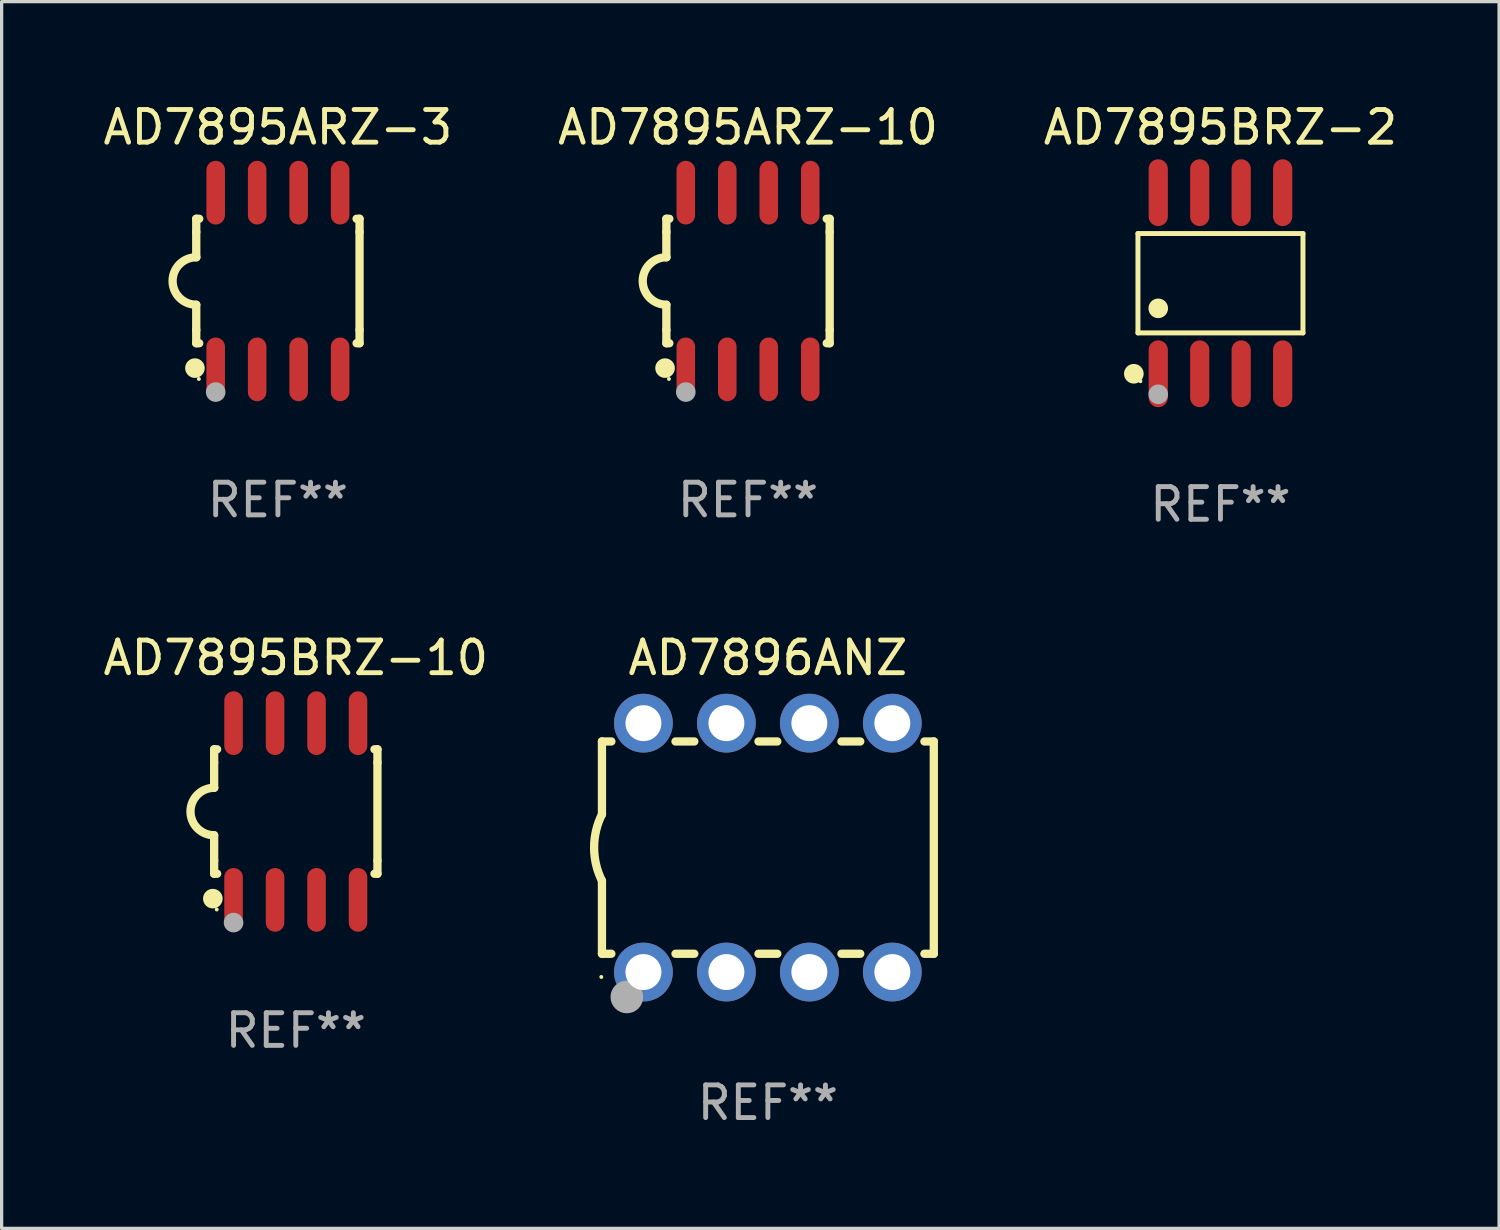
<source format=kicad_pcb>
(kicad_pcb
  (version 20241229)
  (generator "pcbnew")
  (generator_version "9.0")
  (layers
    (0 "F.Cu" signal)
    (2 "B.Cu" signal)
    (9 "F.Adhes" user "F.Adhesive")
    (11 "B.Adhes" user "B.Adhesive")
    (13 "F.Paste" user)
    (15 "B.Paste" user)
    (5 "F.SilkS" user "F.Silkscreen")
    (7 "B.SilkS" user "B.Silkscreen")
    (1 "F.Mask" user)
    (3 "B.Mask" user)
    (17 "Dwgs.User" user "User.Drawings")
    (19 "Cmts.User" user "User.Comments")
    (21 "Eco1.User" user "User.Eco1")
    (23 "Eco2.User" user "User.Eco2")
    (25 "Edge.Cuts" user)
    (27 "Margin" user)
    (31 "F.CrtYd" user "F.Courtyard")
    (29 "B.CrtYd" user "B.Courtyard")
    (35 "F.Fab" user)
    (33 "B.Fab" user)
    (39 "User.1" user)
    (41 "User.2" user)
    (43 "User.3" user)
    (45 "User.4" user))
  (footprint "AD7895BRZ-10"
    (layer "F.Cu")
    (at 6.006 21.795)
    (property "Reference" "AD7895BRZ-10" (at 0 -4.705 0) (layer "F.SilkS") (effects (font (size 1 1) (thickness 0.15))))
    (attr through_hole)
    (fp_line (start -2.5 -1.905) (end -2.409 -1.905) (stroke (width 0.254) (type solid)) (layer "F.SilkS"))
    (fp_line (start -2.5 -1.5) (end -2.5 -1.905) (stroke (width 0.254) (type solid)) (layer "F.SilkS"))
    (fp_line (start -2.5 -1.5) (end -2.5 -0.726) (stroke (width 0.254) (type solid)) (layer "F.SilkS"))
    (fp_line (start -2.5 1.5) (end -2.5 0.727) (stroke (width 0.254) (type solid)) (layer "F.SilkS"))
    (fp_line (start -2.5 1.5) (end -2.5 1.905) (stroke (width 0.254) (type solid)) (layer "F.SilkS"))
    (fp_line (start -2.5 1.905) (end -2.409 1.905) (stroke (width 0.254) (type solid)) (layer "F.SilkS"))
    (fp_line (start 2.5 -1.905) (end 2.409 -1.905) (stroke (width 0.254) (type solid)) (layer "F.SilkS"))
    (fp_line (start 2.5 -1.5) (end 2.5 -1.905) (stroke (width 0.254) (type solid)) (layer "F.SilkS"))
    (fp_line (start 2.5 -1.5) (end 2.5 1.5) (stroke (width 0.254) (type solid)) (layer "F.SilkS"))
    (fp_line (start 2.5 1.5) (end 2.5 1.905) (stroke (width 0.254) (type solid)) (layer "F.SilkS"))
    (fp_line (start 2.5 1.905) (end 2.409 1.905) (stroke (width 0.254) (type solid)) (layer "F.SilkS"))
    (fp_arc (start -2.5 0.726568) (mid -3.220316 -0.0023) (end -2.495097 -0.726289) (stroke (width 0.254001) (type solid)) (layer "F.SilkS"))
    (fp_circle (center -2.54 2.667) (end -2.39 2.667) (stroke (width 0.3) (type solid)) (fill no) (layer "F.SilkS"))
    (fp_circle (center -2.42 3) (end -2.39 3) (stroke (width 0.06) (type solid)) (fill no) (layer "F.SilkS"))
    (fp_circle (center -1.905 3.4) (end -1.755 3.4) (stroke (width 0.3) (type solid)) (fill no) (layer "F.Fab"))
    (fp_text user "REF**" (at 0 6.705 0) (layer "F.Fab") (effects (font (size 1 1) (thickness 0.15))))
    (pad "1" smd oval (at -1.905 2.705) (size 0.568 1.95) (layers "F.Cu" "F.Mask" "F.Paste"))
    (pad "2" smd oval (at -0.635 2.705) (size 0.568 1.95) (layers "F.Cu" "F.Mask" "F.Paste"))
    (pad "3" smd oval (at 0.635 2.705) (size 0.568 1.95) (layers "F.Cu" "F.Mask" "F.Paste"))
    (pad "4" smd oval (at 1.905 2.705) (size 0.568 1.95) (layers "F.Cu" "F.Mask" "F.Paste"))
    (pad "5" smd oval (at 1.905 -2.705) (size 0.568 1.95) (layers "F.Cu" "F.Mask" "F.Paste"))
    (pad "6" smd oval (at 0.635 -2.705) (size 0.568 1.95) (layers "F.Cu" "F.Mask" "F.Paste"))
    (pad "7" smd oval (at -0.635 -2.705) (size 0.568 1.95) (layers "F.Cu" "F.Mask" "F.Paste"))
    (pad "8" smd oval (at -1.905 -2.705) (size 0.568 1.95) (layers "F.Cu" "F.Mask" "F.Paste")))
  (footprint "AD7895BRZ-2"
    (layer "F.Cu")
    (at 34.315 5.621)
    (property "Reference" "AD7895BRZ-2" (at 0 -4.772 0) (layer "F.SilkS") (effects (font (size 1 1) (thickness 0.15))))
    (attr through_hole)
    (fp_line (start -2.526 -1.521) (end 2.526 -1.521) (stroke (width 0.152) (type solid)) (layer "F.SilkS"))
    (fp_line (start -2.526 1.521) (end -2.526 -1.521) (stroke (width 0.152) (type solid)) (layer "F.SilkS"))
    (fp_line (start 2.526 -1.521) (end 2.526 1.521) (stroke (width 0.152) (type solid)) (layer "F.SilkS"))
    (fp_line (start 2.526 1.521) (end -2.526 1.521) (stroke (width 0.152) (type solid)) (layer "F.SilkS"))
    (fp_circle (center -2.652 2.772) (end -2.501 2.772) (stroke (width 0.3) (type solid)) (fill no) (layer "F.SilkS"))
    (fp_circle (center -2.45 3) (end -2.42 3) (stroke (width 0.06) (type solid)) (fill no) (layer "F.SilkS"))
    (fp_circle (center -1.905 0.769) (end -1.755 0.769) (stroke (width 0.3) (type solid)) (fill no) (layer "F.SilkS"))
    (fp_circle (center -1.905 3.4) (end -1.755 3.4) (stroke (width 0.3) (type solid)) (fill no) (layer "F.Fab"))
    (fp_text user "REF**" (at 0 6.772 0) (layer "F.Fab") (effects (font (size 1 1) (thickness 0.15))))
    (pad "1" smd oval (at -1.905 2.772) (size 0.588 2.045) (layers "F.Cu" "F.Mask" "F.Paste"))
    (pad "2" smd oval (at -0.635 2.772) (size 0.588 2.045) (layers "F.Cu" "F.Mask" "F.Paste"))
    (pad "3" smd oval (at 0.635 2.772) (size 0.588 2.045) (layers "F.Cu" "F.Mask" "F.Paste"))
    (pad "4" smd oval (at 1.905 2.772) (size 0.588 2.045) (layers "F.Cu" "F.Mask" "F.Paste"))
    (pad "5" smd oval (at 1.905 -2.772) (size 0.588 2.045) (layers "F.Cu" "F.Mask" "F.Paste"))
    (pad "6" smd oval (at 0.635 -2.772) (size 0.588 2.045) (layers "F.Cu" "F.Mask" "F.Paste"))
    (pad "7" smd oval (at -0.635 -2.772) (size 0.588 2.045) (layers "F.Cu" "F.Mask" "F.Paste"))
    (pad "8" smd oval (at -1.905 -2.772) (size 0.588 2.045) (layers "F.Cu" "F.Mask" "F.Paste")))
  (footprint "AD7896ANZ"
    (layer "F.Cu")
    (at 20.459 22.9)
    (property "Reference" "AD7896ANZ" (at 0 -5.81 0) (layer "F.SilkS") (effects (font (size 1 1) (thickness 0.15))))
    (attr through_hole)
    (fp_line (start -5.08 -3.25) (end -5.08 -1.017) (stroke (width 0.254) (type solid)) (layer "F.SilkS"))
    (fp_line (start -5.08 -3.25) (end -4.792 -3.25) (stroke (width 0.254) (type solid)) (layer "F.SilkS"))
    (fp_line (start -5.08 3.25) (end -5.08 1.015) (stroke (width 0.254) (type solid)) (layer "F.SilkS"))
    (fp_line (start -5.08 3.25) (end -4.792 3.25) (stroke (width 0.254) (type solid)) (layer "F.SilkS"))
    (fp_line (start -2.828 -3.25) (end -2.252 -3.25) (stroke (width 0.254) (type solid)) (layer "F.SilkS"))
    (fp_line (start -2.828 3.25) (end -2.252 3.25) (stroke (width 0.254) (type solid)) (layer "F.SilkS"))
    (fp_line (start -0.288 -3.25) (end 0.288 -3.25) (stroke (width 0.254) (type solid)) (layer "F.SilkS"))
    (fp_line (start -0.288 3.25) (end 0.288 3.25) (stroke (width 0.254) (type solid)) (layer "F.SilkS"))
    (fp_line (start 2.252 -3.25) (end 2.828 -3.25) (stroke (width 0.254) (type solid)) (layer "F.SilkS"))
    (fp_line (start 2.252 3.25) (end 2.828 3.25) (stroke (width 0.254) (type solid)) (layer "F.SilkS"))
    (fp_line (start 4.792 -3.25) (end 5.08 -3.25) (stroke (width 0.254) (type solid)) (layer "F.SilkS"))
    (fp_line (start 4.792 3.25) (end 5.08 3.25) (stroke (width 0.254) (type solid)) (layer "F.SilkS"))
    (fp_line (start 5.08 -3.25) (end 5.08 3.25) (stroke (width 0.254) (type solid)) (layer "F.SilkS"))
    (fp_arc (start -5.08001 1.01524) (mid -5.319856 -0.000762) (end -5.08001 -1.016764) (stroke (width 0.254001) (type solid)) (layer "F.SilkS"))
    (fp_circle (center -5.1 3.96) (end -5.07 3.96) (stroke (width 0.06) (type solid)) (fill no) (layer "F.SilkS"))
    (fp_circle (center -4.318 4.572) (end -4.068 4.572) (stroke (width 0.5) (type solid)) (fill no) (layer "F.Fab"))
    (fp_text user "REF**" (at 0 7.81 0) (layer "F.Fab") (effects (font (size 1 1) (thickness 0.15))))
    (pad "1" thru_hole circle (at -3.81 3.81) (size 1.8 1.8) (drill 1.1) (layers "*.Cu" "*.Mask"))
    (pad "2" thru_hole circle (at -1.27 3.81) (size 1.8 1.8) (drill 1.1) (layers "*.Cu" "*.Mask"))
    (pad "3" thru_hole circle (at 1.27 3.81) (size 1.8 1.8) (drill 1.1) (layers "*.Cu" "*.Mask"))
    (pad "4" thru_hole circle (at 3.81 3.81) (size 1.8 1.8) (drill 1.1) (layers "*.Cu" "*.Mask"))
    (pad "5" thru_hole circle (at 3.81 -3.81) (size 1.8 1.8) (drill 1.1) (layers "*.Cu" "*.Mask"))
    (pad "6" thru_hole circle (at 1.27 -3.81) (size 1.8 1.8) (drill 1.1) (layers "*.Cu" "*.Mask"))
    (pad "7" thru_hole circle (at -1.27 -3.81) (size 1.8 1.8) (drill 1.1) (layers "*.Cu" "*.Mask"))
    (pad "8" thru_hole circle (at -3.81 -3.81) (size 1.8 1.8) (drill 1.1) (layers "*.Cu" "*.Mask")))
  (footprint "AD7895ARZ-10"
    (layer "F.Cu")
    (at 19.851 5.553)
    (property "Reference" "AD7895ARZ-10" (at 0 -4.705 0) (layer "F.SilkS") (effects (font (size 1 1) (thickness 0.15))))
    (attr through_hole)
    (fp_line (start -2.5 -1.905) (end -2.409 -1.905) (stroke (width 0.254) (type solid)) (layer "F.SilkS"))
    (fp_line (start -2.5 -1.5) (end -2.5 -1.905) (stroke (width 0.254) (type solid)) (layer "F.SilkS"))
    (fp_line (start -2.5 -1.5) (end -2.5 -0.726) (stroke (width 0.254) (type solid)) (layer "F.SilkS"))
    (fp_line (start -2.5 1.5) (end -2.5 0.727) (stroke (width 0.254) (type solid)) (layer "F.SilkS"))
    (fp_line (start -2.5 1.5) (end -2.5 1.905) (stroke (width 0.254) (type solid)) (layer "F.SilkS"))
    (fp_line (start -2.5 1.905) (end -2.409 1.905) (stroke (width 0.254) (type solid)) (layer "F.SilkS"))
    (fp_line (start 2.5 -1.905) (end 2.409 -1.905) (stroke (width 0.254) (type solid)) (layer "F.SilkS"))
    (fp_line (start 2.5 -1.5) (end 2.5 -1.905) (stroke (width 0.254) (type solid)) (layer "F.SilkS"))
    (fp_line (start 2.5 -1.5) (end 2.5 1.5) (stroke (width 0.254) (type solid)) (layer "F.SilkS"))
    (fp_line (start 2.5 1.5) (end 2.5 1.905) (stroke (width 0.254) (type solid)) (layer "F.SilkS"))
    (fp_line (start 2.5 1.905) (end 2.409 1.905) (stroke (width 0.254) (type solid)) (layer "F.SilkS"))
    (fp_arc (start -2.5 0.726568) (mid -3.220316 -0.0023) (end -2.495097 -0.726289) (stroke (width 0.254001) (type solid)) (layer "F.SilkS"))
    (fp_circle (center -2.54 2.667) (end -2.39 2.667) (stroke (width 0.3) (type solid)) (fill no) (layer "F.SilkS"))
    (fp_circle (center -2.42 3) (end -2.39 3) (stroke (width 0.06) (type solid)) (fill no) (layer "F.SilkS"))
    (fp_circle (center -1.905 3.4) (end -1.755 3.4) (stroke (width 0.3) (type solid)) (fill no) (layer "F.Fab"))
    (fp_text user "REF**" (at 0 6.705 0) (layer "F.Fab") (effects (font (size 1 1) (thickness 0.15))))
    (pad "1" smd oval (at -1.905 2.705) (size 0.568 1.95) (layers "F.Cu" "F.Mask" "F.Paste"))
    (pad "2" smd oval (at -0.635 2.705) (size 0.568 1.95) (layers "F.Cu" "F.Mask" "F.Paste"))
    (pad "3" smd oval (at 0.635 2.705) (size 0.568 1.95) (layers "F.Cu" "F.Mask" "F.Paste"))
    (pad "4" smd oval (at 1.905 2.705) (size 0.568 1.95) (layers "F.Cu" "F.Mask" "F.Paste"))
    (pad "5" smd oval (at 1.905 -2.705) (size 0.568 1.95) (layers "F.Cu" "F.Mask" "F.Paste"))
    (pad "6" smd oval (at 0.635 -2.705) (size 0.568 1.95) (layers "F.Cu" "F.Mask" "F.Paste"))
    (pad "7" smd oval (at -0.635 -2.705) (size 0.568 1.95) (layers "F.Cu" "F.Mask" "F.Paste"))
    (pad "8" smd oval (at -1.905 -2.705) (size 0.568 1.95) (layers "F.Cu" "F.Mask" "F.Paste")))
  (footprint "AD7895ARZ-3"
    (layer "F.Cu")
    (at 5.458 5.553)
    (property "Reference" "AD7895ARZ-3" (at 0 -4.705 0) (layer "F.SilkS") (effects (font (size 1 1) (thickness 0.15))))
    (attr through_hole)
    (fp_line (start -2.5 -1.905) (end -2.409 -1.905) (stroke (width 0.254) (type solid)) (layer "F.SilkS"))
    (fp_line (start -2.5 -1.5) (end -2.5 -1.905) (stroke (width 0.254) (type solid)) (layer "F.SilkS"))
    (fp_line (start -2.5 -1.5) (end -2.5 -0.726) (stroke (width 0.254) (type solid)) (layer "F.SilkS"))
    (fp_line (start -2.5 1.5) (end -2.5 0.727) (stroke (width 0.254) (type solid)) (layer "F.SilkS"))
    (fp_line (start -2.5 1.5) (end -2.5 1.905) (stroke (width 0.254) (type solid)) (layer "F.SilkS"))
    (fp_line (start -2.5 1.905) (end -2.409 1.905) (stroke (width 0.254) (type solid)) (layer "F.SilkS"))
    (fp_line (start 2.5 -1.905) (end 2.409 -1.905) (stroke (width 0.254) (type solid)) (layer "F.SilkS"))
    (fp_line (start 2.5 -1.5) (end 2.5 -1.905) (stroke (width 0.254) (type solid)) (layer "F.SilkS"))
    (fp_line (start 2.5 -1.5) (end 2.5 1.5) (stroke (width 0.254) (type solid)) (layer "F.SilkS"))
    (fp_line (start 2.5 1.5) (end 2.5 1.905) (stroke (width 0.254) (type solid)) (layer "F.SilkS"))
    (fp_line (start 2.5 1.905) (end 2.409 1.905) (stroke (width 0.254) (type solid)) (layer "F.SilkS"))
    (fp_arc (start -2.5 0.726568) (mid -3.220316 -0.0023) (end -2.495097 -0.726289) (stroke (width 0.254001) (type solid)) (layer "F.SilkS"))
    (fp_circle (center -2.54 2.667) (end -2.39 2.667) (stroke (width 0.3) (type solid)) (fill no) (layer "F.SilkS"))
    (fp_circle (center -2.42 3) (end -2.39 3) (stroke (width 0.06) (type solid)) (fill no) (layer "F.SilkS"))
    (fp_circle (center -1.905 3.4) (end -1.755 3.4) (stroke (width 0.3) (type solid)) (fill no) (layer "F.Fab"))
    (fp_text user "REF**" (at 0 6.705 0) (layer "F.Fab") (effects (font (size 1 1) (thickness 0.15))))
    (pad "1" smd oval (at -1.905 2.705) (size 0.568 1.95) (layers "F.Cu" "F.Mask" "F.Paste"))
    (pad "2" smd oval (at -0.635 2.705) (size 0.568 1.95) (layers "F.Cu" "F.Mask" "F.Paste"))
    (pad "3" smd oval (at 0.635 2.705) (size 0.568 1.95) (layers "F.Cu" "F.Mask" "F.Paste"))
    (pad "4" smd oval (at 1.905 2.705) (size 0.568 1.95) (layers "F.Cu" "F.Mask" "F.Paste"))
    (pad "5" smd oval (at 1.905 -2.705) (size 0.568 1.95) (layers "F.Cu" "F.Mask" "F.Paste"))
    (pad "6" smd oval (at 0.635 -2.705) (size 0.568 1.95) (layers "F.Cu" "F.Mask" "F.Paste"))
    (pad "7" smd oval (at -0.635 -2.705) (size 0.568 1.95) (layers "F.Cu" "F.Mask" "F.Paste"))
    (pad "8" smd oval (at -1.905 -2.705) (size 0.568 1.95) (layers "F.Cu" "F.Mask" "F.Paste")))
  (gr_rect
    (start -3 -3)
    (end 42.845 34.558)
    (stroke (width 0.1) (type default))
    (fill no)
    (layer "Edge.Cuts")))
</source>
